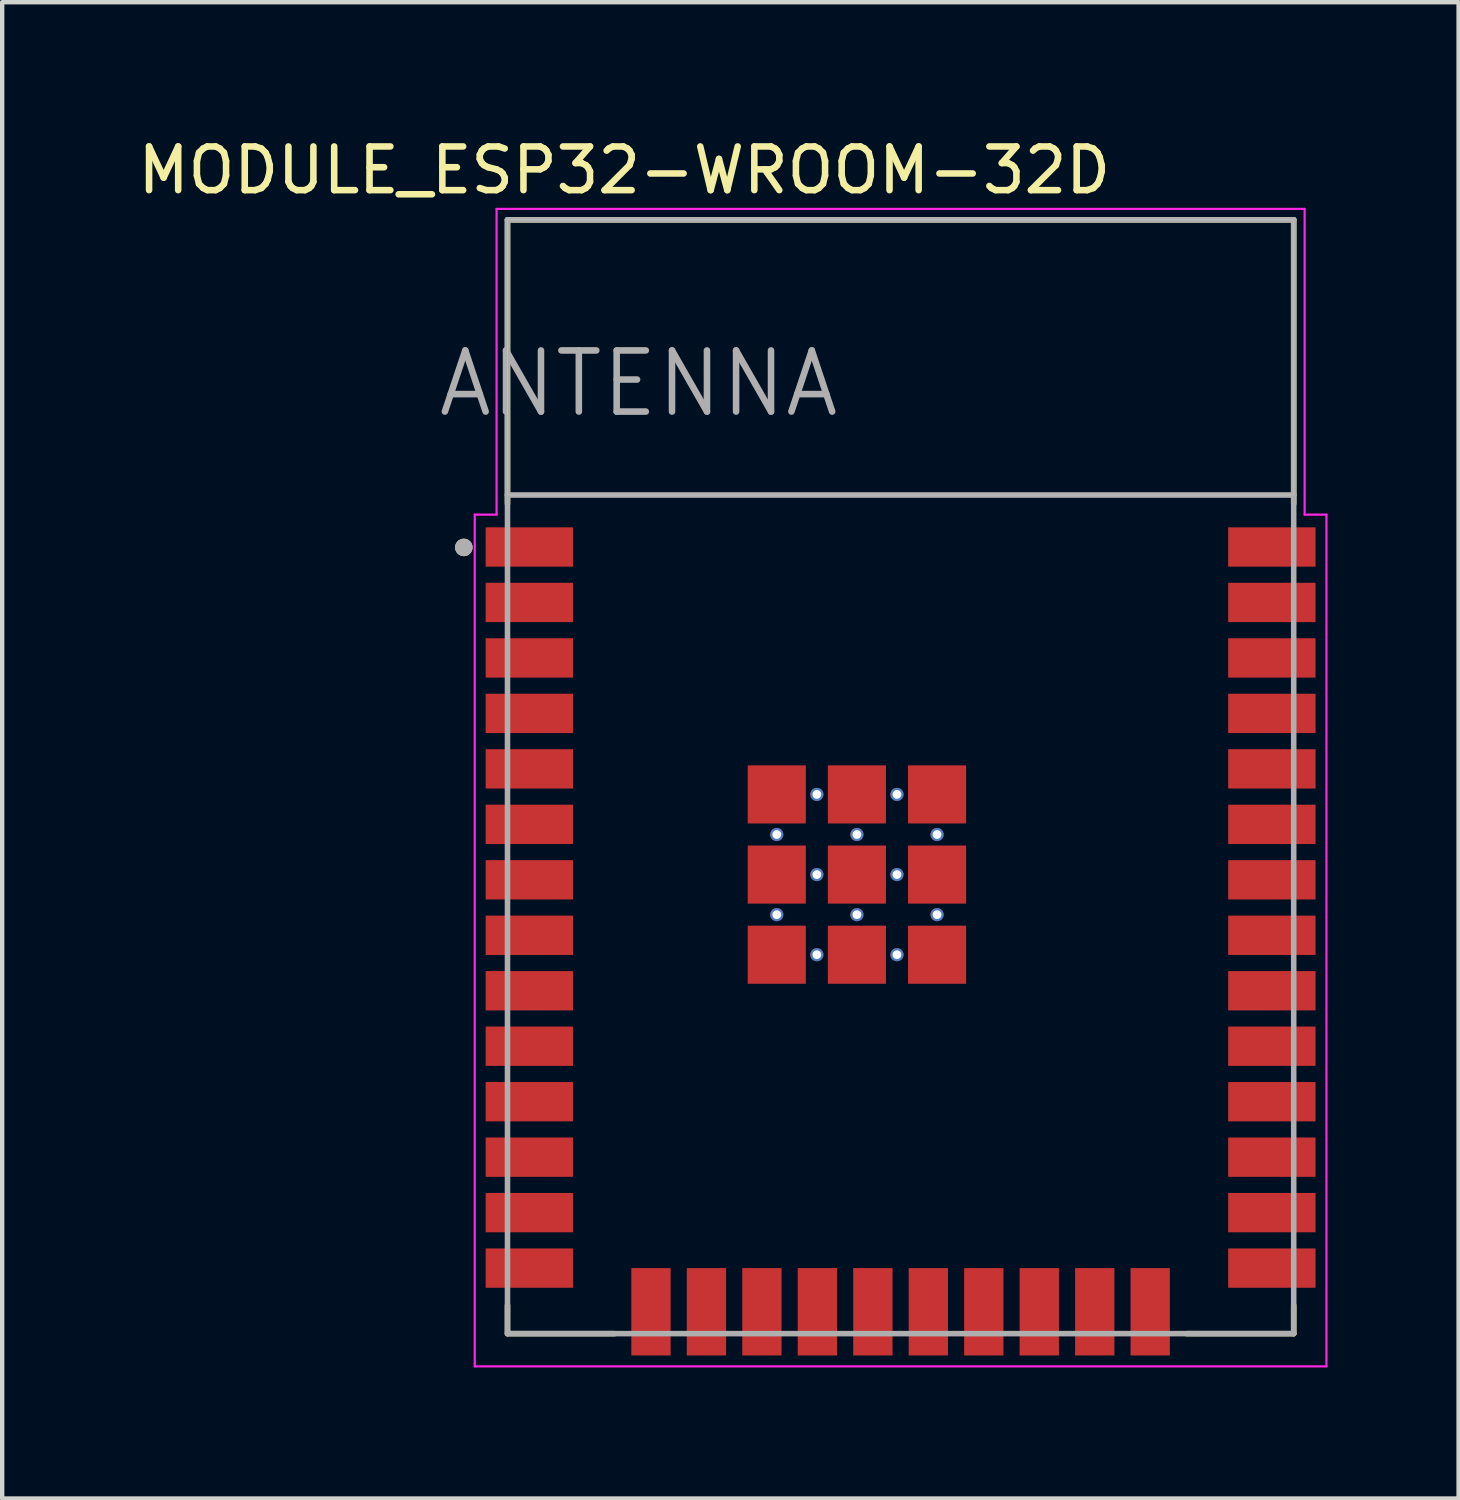
<source format=kicad_pcb>
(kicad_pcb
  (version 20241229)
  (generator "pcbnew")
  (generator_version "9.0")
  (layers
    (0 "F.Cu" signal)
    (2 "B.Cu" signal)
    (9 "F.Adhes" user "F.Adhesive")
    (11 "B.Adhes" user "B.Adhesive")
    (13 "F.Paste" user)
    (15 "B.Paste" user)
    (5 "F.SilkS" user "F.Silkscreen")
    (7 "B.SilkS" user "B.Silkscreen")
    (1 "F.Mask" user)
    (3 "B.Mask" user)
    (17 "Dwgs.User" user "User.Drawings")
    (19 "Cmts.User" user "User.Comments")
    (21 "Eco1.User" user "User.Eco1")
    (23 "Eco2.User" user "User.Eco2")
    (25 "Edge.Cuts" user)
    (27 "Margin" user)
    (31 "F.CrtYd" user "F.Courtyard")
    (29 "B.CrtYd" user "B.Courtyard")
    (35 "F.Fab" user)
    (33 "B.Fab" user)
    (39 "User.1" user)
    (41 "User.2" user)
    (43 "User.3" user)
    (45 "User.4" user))
  (footprint "MODULE_ESP32-WROOM-32D"
    (layer "F.Cu")
    (at 17.569 14.733)
    (property "Reference" "MODULE_ESP32-WROOM-32D" (at -6.325 -13.885 0) (layer "F.SilkS") (effects (font (size 1 1) (thickness 0.15))))
    (attr smd)
    (fp_line (start -9 -12.75) (end 9 -12.75) (stroke (width 0.127) (type solid)) (layer "F.SilkS"))
    (fp_line (start -9 -6.25) (end -9 -12.75) (stroke (width 0.127) (type solid)) (layer "F.SilkS"))
    (fp_line (start -9 12.1) (end -9 12.75) (stroke (width 0.127) (type solid)) (layer "F.SilkS"))
    (fp_line (start -9 12.75) (end -6.55 12.75) (stroke (width 0.127) (type solid)) (layer "F.SilkS"))
    (fp_line (start 6.55 12.75) (end 9 12.75) (stroke (width 0.127) (type solid)) (layer "F.SilkS"))
    (fp_line (start 9 -12.75) (end 9 -6.25) (stroke (width 0.127) (type solid)) (layer "F.SilkS"))
    (fp_line (start 9 12.75) (end 9 12.1) (stroke (width 0.127) (type solid)) (layer "F.SilkS"))
    (fp_circle (center -10 -5.25) (end -9.9 -5.25) (stroke (width 0.2) (type solid)) (fill no) (layer "F.SilkS"))
    (fp_poly (pts (xy -9 -12.75) (xy 9 -12.75) (xy 9 -6.45) (xy -9 -6.45)) (stroke (width 0.01) (type solid)) (fill no) (layer "Dwgs.User"))
    (fp_poly (pts (xy -9 -12.75) (xy 9 -12.75) (xy 9 -6.45) (xy -9 -6.45)) (stroke (width 0.01) (type solid)) (fill no) (layer "Dwgs.User"))
    (fp_line (start -9.75 -6) (end -9.25 -6) (stroke (width 0.05) (type solid)) (layer "F.CrtYd"))
    (fp_line (start -9.75 13.5) (end -9.75 -6) (stroke (width 0.05) (type solid)) (layer "F.CrtYd"))
    (fp_line (start -9.25 -13) (end 9.25 -13) (stroke (width 0.05) (type solid)) (layer "F.CrtYd"))
    (fp_line (start -9.25 -6) (end -9.25 -13) (stroke (width 0.05) (type solid)) (layer "F.CrtYd"))
    (fp_line (start 9.25 -13) (end 9.25 -6) (stroke (width 0.05) (type solid)) (layer "F.CrtYd"))
    (fp_line (start 9.25 -6) (end 9.75 -6) (stroke (width 0.05) (type solid)) (layer "F.CrtYd"))
    (fp_line (start 9.75 -6) (end 9.75 13.5) (stroke (width 0.05) (type solid)) (layer "F.CrtYd"))
    (fp_line (start 9.75 13.5) (end -9.75 13.5) (stroke (width 0.05) (type solid)) (layer "F.CrtYd"))
    (fp_line (start -9 -12.75) (end -9 -6.45) (stroke (width 0.127) (type solid)) (layer "F.Fab"))
    (fp_line (start -9 -12.75) (end 9 -12.75) (stroke (width 0.127) (type solid)) (layer "F.Fab"))
    (fp_line (start -9 -6.45) (end 9 -6.45) (stroke (width 0.127) (type solid)) (layer "F.Fab"))
    (fp_line (start -9 12.75) (end -9 -6.45) (stroke (width 0.127) (type solid)) (layer "F.Fab"))
    (fp_line (start 9 -12.75) (end 9 -6.45) (stroke (width 0.127) (type solid)) (layer "F.Fab"))
    (fp_line (start 9 -6.45) (end 9 12.75) (stroke (width 0.127) (type solid)) (layer "F.Fab"))
    (fp_line (start 9 12.75) (end -9 12.75) (stroke (width 0.127) (type solid)) (layer "F.Fab"))
    (fp_circle (center -10 -5.25) (end -9.9 -5.25) (stroke (width 0.2) (type solid)) (fill no) (layer "F.Fab"))
    (fp_text user "ANTENNA" (at -6 -9 0) (layer "F.Fab") (effects (font (size 1.4 1.4) (thickness 0.15))))
    (pad "1" smd rect (at -8.5 -5.26) (size 2 0.9) (layers "F.Cu" "F.Mask" "F.Paste"))
    (pad "2" smd rect (at -8.5 -3.99) (size 2 0.9) (layers "F.Cu" "F.Mask" "F.Paste"))
    (pad "3" smd rect (at -8.5 -2.72) (size 2 0.9) (layers "F.Cu" "F.Mask" "F.Paste"))
    (pad "4" smd rect (at -8.5 -1.45) (size 2 0.9) (layers "F.Cu" "F.Mask" "F.Paste"))
    (pad "5" smd rect (at -8.5 -0.18) (size 2 0.9) (layers "F.Cu" "F.Mask" "F.Paste"))
    (pad "6" smd rect (at -8.5 1.09) (size 2 0.9) (layers "F.Cu" "F.Mask" "F.Paste"))
    (pad "7" smd rect (at -8.5 2.36) (size 2 0.9) (layers "F.Cu" "F.Mask" "F.Paste"))
    (pad "8" smd rect (at -8.5 3.63) (size 2 0.9) (layers "F.Cu" "F.Mask" "F.Paste"))
    (pad "9" smd rect (at -8.5 4.9) (size 2 0.9) (layers "F.Cu" "F.Mask" "F.Paste"))
    (pad "10" smd rect (at -8.5 6.17) (size 2 0.9) (layers "F.Cu" "F.Mask" "F.Paste"))
    (pad "11" smd rect (at -8.5 7.44) (size 2 0.9) (layers "F.Cu" "F.Mask" "F.Paste"))
    (pad "12" smd rect (at -8.5 8.71) (size 2 0.9) (layers "F.Cu" "F.Mask" "F.Paste"))
    (pad "13" smd rect (at -8.5 9.98) (size 2 0.9) (layers "F.Cu" "F.Mask" "F.Paste"))
    (pad "14" smd rect (at -8.5 11.25) (size 2 0.9) (layers "F.Cu" "F.Mask" "F.Paste"))
    (pad "15" smd rect (at -5.715 12.25) (size 0.9 2) (layers "F.Cu" "F.Mask" "F.Paste"))
    (pad "16" smd rect (at -4.445 12.25) (size 0.9 2) (layers "F.Cu" "F.Mask" "F.Paste"))
    (pad "17" smd rect (at -3.175 12.25) (size 0.9 2) (layers "F.Cu" "F.Mask" "F.Paste"))
    (pad "18" smd rect (at -1.905 12.25) (size 0.9 2) (layers "F.Cu" "F.Mask" "F.Paste"))
    (pad "19" smd rect (at -0.635 12.25) (size 0.9 2) (layers "F.Cu" "F.Mask" "F.Paste"))
    (pad "20" smd rect (at 0.635 12.25) (size 0.9 2) (layers "F.Cu" "F.Mask" "F.Paste"))
    (pad "21" smd rect (at 1.905 12.25) (size 0.9 2) (layers "F.Cu" "F.Mask" "F.Paste"))
    (pad "22" smd rect (at 3.175 12.25) (size 0.9 2) (layers "F.Cu" "F.Mask" "F.Paste"))
    (pad "23" smd rect (at 4.445 12.25) (size 0.9 2) (layers "F.Cu" "F.Mask" "F.Paste"))
    (pad "24" smd rect (at 5.715 12.25) (size 0.9 2) (layers "F.Cu" "F.Mask" "F.Paste"))
    (pad "25" smd rect (at 8.5 11.25) (size 2 0.9) (layers "F.Cu" "F.Mask" "F.Paste"))
    (pad "26" smd rect (at 8.5 9.98) (size 2 0.9) (layers "F.Cu" "F.Mask" "F.Paste"))
    (pad "27" smd rect (at 8.5 8.71) (size 2 0.9) (layers "F.Cu" "F.Mask" "F.Paste"))
    (pad "28" smd rect (at 8.5 7.44) (size 2 0.9) (layers "F.Cu" "F.Mask" "F.Paste"))
    (pad "29" smd rect (at 8.5 6.17) (size 2 0.9) (layers "F.Cu" "F.Mask" "F.Paste"))
    (pad "30" smd rect (at 8.5 4.9) (size 2 0.9) (layers "F.Cu" "F.Mask" "F.Paste"))
    (pad "31" smd rect (at 8.5 3.63) (size 2 0.9) (layers "F.Cu" "F.Mask" "F.Paste"))
    (pad "32" smd rect (at 8.5 2.36) (size 2 0.9) (layers "F.Cu" "F.Mask" "F.Paste"))
    (pad "33" smd rect (at 8.5 1.09) (size 2 0.9) (layers "F.Cu" "F.Mask" "F.Paste"))
    (pad "34" smd rect (at 8.5 -0.18) (size 2 0.9) (layers "F.Cu" "F.Mask" "F.Paste"))
    (pad "35" smd rect (at 8.5 -1.45) (size 2 0.9) (layers "F.Cu" "F.Mask" "F.Paste"))
    (pad "36" smd rect (at 8.5 -2.72) (size 2 0.9) (layers "F.Cu" "F.Mask" "F.Paste"))
    (pad "37" smd rect (at 8.5 -3.99) (size 2 0.9) (layers "F.Cu" "F.Mask" "F.Paste"))
    (pad "38" smd rect (at 8.5 -5.26) (size 2 0.9) (layers "F.Cu" "F.Mask" "F.Paste"))
    (pad "39_1" smd rect (at -2.835 0.405) (size 1.33 1.33) (layers "F.Cu" "F.Mask" "F.Paste"))
    (pad "39_2" smd rect (at -1 0.405) (size 1.33 1.33) (layers "F.Cu" "F.Mask" "F.Paste"))
    (pad "39_3" smd rect (at 0.835 0.405) (size 1.33 1.33) (layers "F.Cu" "F.Mask" "F.Paste"))
    (pad "39_4" smd rect (at -2.835 2.24) (size 1.33 1.33) (layers "F.Cu" "F.Mask" "F.Paste"))
    (pad "39_5" smd rect (at -1 2.24) (size 1.33 1.33) (layers "F.Cu" "F.Mask" "F.Paste"))
    (pad "39_6" smd rect (at 0.835 2.24) (size 1.33 1.33) (layers "F.Cu" "F.Mask" "F.Paste"))
    (pad "39_7" smd rect (at -2.835 4.075) (size 1.33 1.33) (layers "F.Cu" "F.Mask" "F.Paste"))
    (pad "39_8" smd rect (at -1 4.075) (size 1.33 1.33) (layers "F.Cu" "F.Mask" "F.Paste"))
    (pad "39_9" smd rect (at 0.835 4.075) (size 1.33 1.33) (layers "F.Cu" "F.Mask" "F.Paste"))
    (pad "39_10" thru_hole circle (at -1.917 0.405) (size 0.3 0.3) (drill 0.2) (layers "*.Cu" "*.Mask"))
    (pad "39_11" thru_hole circle (at -0.083 0.405) (size 0.3 0.3) (drill 0.2) (layers "*.Cu" "*.Mask"))
    (pad "39_12" thru_hole circle (at -2.835 1.323) (size 0.3 0.3) (drill 0.2) (layers "*.Cu" "*.Mask"))
    (pad "39_13" thru_hole circle (at -1 1.323) (size 0.3 0.3) (drill 0.2) (layers "*.Cu" "*.Mask"))
    (pad "39_14" thru_hole circle (at 0.835 1.323) (size 0.3 0.3) (drill 0.2) (layers "*.Cu" "*.Mask"))
    (pad "39_15" thru_hole circle (at -1.917 2.24) (size 0.3 0.3) (drill 0.2) (layers "*.Cu" "*.Mask"))
    (pad "39_16" thru_hole circle (at -0.083 2.24) (size 0.3 0.3) (drill 0.2) (layers "*.Cu" "*.Mask"))
    (pad "39_17" thru_hole circle (at -2.835 3.158) (size 0.3 0.3) (drill 0.2) (layers "*.Cu" "*.Mask"))
    (pad "39_18" thru_hole circle (at -1 3.158) (size 0.3 0.3) (drill 0.2) (layers "*.Cu" "*.Mask"))
    (pad "39_19" thru_hole circle (at 0.835 3.158) (size 0.3 0.3) (drill 0.2) (layers "*.Cu" "*.Mask"))
    (pad "39_20" thru_hole circle (at -1.917 4.075) (size 0.3 0.3) (drill 0.2) (layers "*.Cu" "*.Mask"))
    (pad "39_21" thru_hole circle (at -0.083 4.075) (size 0.3 0.3) (drill 0.2) (layers "*.Cu" "*.Mask")))
  (gr_rect
    (start -3 -3)
    (end 30.344 31.258)
    (stroke (width 0.1) (type default))
    (fill no)
    (layer "Edge.Cuts")))
</source>
